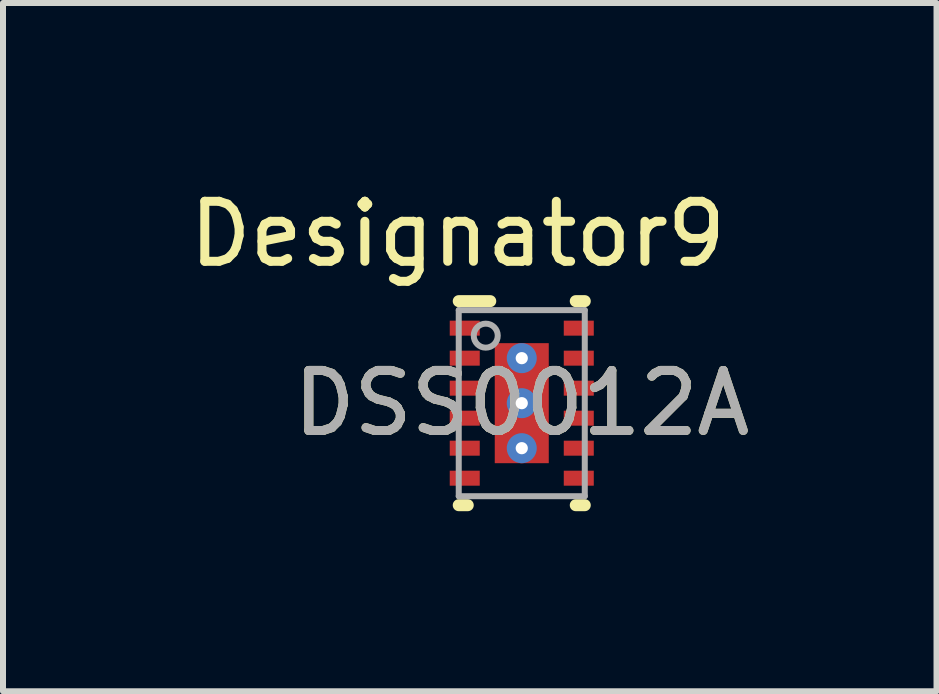
<source format=kicad_pcb>
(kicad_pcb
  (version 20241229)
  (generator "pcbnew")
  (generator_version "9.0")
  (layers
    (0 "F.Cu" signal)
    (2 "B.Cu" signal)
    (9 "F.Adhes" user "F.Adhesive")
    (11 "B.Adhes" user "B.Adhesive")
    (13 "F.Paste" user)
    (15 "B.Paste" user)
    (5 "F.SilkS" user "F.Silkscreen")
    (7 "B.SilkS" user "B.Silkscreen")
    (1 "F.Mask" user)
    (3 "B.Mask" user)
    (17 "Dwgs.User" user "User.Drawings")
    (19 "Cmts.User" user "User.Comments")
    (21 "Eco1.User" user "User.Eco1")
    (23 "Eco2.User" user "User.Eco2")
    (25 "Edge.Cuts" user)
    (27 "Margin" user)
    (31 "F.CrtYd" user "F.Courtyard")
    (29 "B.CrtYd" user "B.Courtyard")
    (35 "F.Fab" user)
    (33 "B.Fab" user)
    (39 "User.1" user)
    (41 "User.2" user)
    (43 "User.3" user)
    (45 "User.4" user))
  (footprint "DSS0012A"
    (layer "F.Cu")
    (at 5.644 3.668)
    (property "Reference" "DSS0012A" (at 0 0 0) (unlocked yes) (layer "F.SilkS") (effects (font (size 1 1) (thickness 0.15))))
    (attr smd)
    (fp_line (start -1.05 1.7) (end -0.9 1.7) (stroke (width 0.2) (type solid)) (layer "F.SilkS"))
    (fp_line (start -1.05 -1.7) (end -0.525 -1.7) (stroke (width 0.2) (type solid)) (layer "F.SilkS"))
    (fp_line (start 0.9 -1.7) (end 1.05 -1.7) (stroke (width 0.2) (type solid)) (layer "F.SilkS"))
    (fp_line (start 0.9 1.7) (end 1.05 1.7) (stroke (width 0.2) (type solid)) (layer "F.SilkS"))
    (fp_poly (pts (xy -0.45 -0.149) (xy -0.45 -0.95) (xy -0.449 -0.96) (xy -0.446 -0.969) (xy -0.442 -0.978) (xy -0.436 -0.986) (xy -0.428 -0.992) (xy -0.419 -0.996) (xy -0.41 -0.999) (xy -0.401 -1) (xy 0.401 -1) (xy 0.41 -0.999) (xy 0.419 -0.996) (xy 0.428 -0.992) (xy 0.436 -0.986) (xy 0.442 -0.978) (xy 0.446 -0.969) (xy 0.449 -0.96) (xy 0.45 -0.95) (xy 0.45 -0.149) (xy 0.449 -0.14) (xy 0.446 -0.131) (xy 0.442 -0.122) (xy 0.436 -0.114) (xy 0.428 -0.108) (xy 0.419 -0.104) (xy 0.41 -0.101) (xy 0.401 -0.1) (xy -0.401 -0.1) (xy -0.41 -0.101) (xy -0.419 -0.104) (xy -0.428 -0.108) (xy -0.436 -0.114) (xy -0.442 -0.122) (xy -0.446 -0.131) (xy -0.449 -0.14)) (stroke (width 0) (type solid)) (fill yes) (layer "F.Paste"))
    (fp_poly (pts (xy -0.45 0.95) (xy -0.45 0.149) (xy -0.449 0.14) (xy -0.446 0.131) (xy -0.442 0.122) (xy -0.436 0.114) (xy -0.428 0.108) (xy -0.419 0.104) (xy -0.41 0.101) (xy -0.401 0.1) (xy 0.401 0.1) (xy 0.41 0.101) (xy 0.419 0.104) (xy 0.428 0.108) (xy 0.436 0.114) (xy 0.442 0.122) (xy 0.446 0.131) (xy 0.449 0.14) (xy 0.45 0.149) (xy 0.45 0.95) (xy 0.449 0.96) (xy 0.446 0.969) (xy 0.442 0.978) (xy 0.436 0.986) (xy 0.428 0.992) (xy 0.419 0.996) (xy 0.41 0.999) (xy 0.401 1) (xy -0.401 1) (xy -0.41 0.999) (xy -0.419 0.996) (xy -0.428 0.992) (xy -0.436 0.986) (xy -0.442 0.978) (xy -0.446 0.969) (xy -0.449 0.96)) (stroke (width 0) (type solid)) (fill yes) (layer "F.Paste"))
    (fp_line (start -1.05 -1.55) (end 1.05 -1.55) (stroke (width 0.1) (type solid)) (layer "F.Fab"))
    (fp_line (start -1.05 1.55) (end -1.05 -1.55) (stroke (width 0.1) (type solid)) (layer "F.Fab"))
    (fp_line (start -1.05 1.55) (end 1.05 1.55) (stroke (width 0.1) (type solid)) (layer "F.Fab"))
    (fp_line (start 1.05 1.55) (end 1.05 -1.55) (stroke (width 0.1) (type solid)) (layer "F.Fab"))
    (fp_circle (center -0.6 -1.125) (end -0.4 -1.125) (stroke (width 0.1) (type solid)) (fill no) (layer "F.Fab"))
    (fp_text user "Designator9" (at -1.067 -2.819 0) (unlocked yes) (layer "F.SilkS") (effects (font (size 1 1) (thickness 0.15))))
    (fp_text user "${REFERENCE}" (at 0 0 0) (unlocked yes) (layer "F.Fab") (effects (font (size 1 1) (thickness 0.15))))
    (pad "1" smd rect (at -0.95 -1.25 90) (size 0.25 0.5) (layers "F.Cu" "F.Mask" "F.Paste"))
    (pad "2" smd rect (at -0.95 -0.75 90) (size 0.25 0.5) (layers "F.Cu" "F.Mask" "F.Paste"))
    (pad "3" smd rect (at -0.95 -0.25 90) (size 0.25 0.5) (layers "F.Cu" "F.Mask" "F.Paste"))
    (pad "4" smd rect (at -0.95 0.25 90) (size 0.25 0.5) (layers "F.Cu" "F.Mask" "F.Paste"))
    (pad "5" smd rect (at -0.95 0.75 90) (size 0.25 0.5) (layers "F.Cu" "F.Mask" "F.Paste"))
    (pad "6" smd rect (at -0.95 1.25 90) (size 0.25 0.5) (layers "F.Cu" "F.Mask" "F.Paste"))
    (pad "7" smd rect (at 0.95 1.25 90) (size 0.25 0.5) (layers "F.Cu" "F.Mask" "F.Paste"))
    (pad "8" smd rect (at 0.95 0.75 90) (size 0.25 0.5) (layers "F.Cu" "F.Mask" "F.Paste"))
    (pad "9" smd rect (at 0.95 0.25 90) (size 0.25 0.5) (layers "F.Cu" "F.Mask" "F.Paste"))
    (pad "10" smd rect (at 0.95 -0.25 90) (size 0.25 0.5) (layers "F.Cu" "F.Mask" "F.Paste"))
    (pad "11" smd rect (at 0.95 -0.75 90) (size 0.25 0.5) (layers "F.Cu" "F.Mask" "F.Paste"))
    (pad "12" smd rect (at 0.95 -1.25 90) (size 0.25 0.5) (layers "F.Cu" "F.Mask" "F.Paste"))
    (pad "13" smd rect (at 0.000003 0) (size 0.9 2) (layers "F.Cu" "F.Mask" "F.Paste"))
    (pad "V" thru_hole circle (at 0 -0.75) (size 0.5 0.5) (drill 0.203) (layers "*.Cu" "*.Mask"))
    (pad "V" thru_hole circle (at 0 0) (size 0.5 0.5) (drill 0.203) (layers "*.Cu" "*.Mask"))
    (pad "V" thru_hole circle (at 0 0.75) (size 0.5 0.5) (drill 0.203) (layers "*.Cu" "*.Mask")))
  (gr_rect
    (start -3 -3)
    (end 12.555 8.468)
    (stroke (width 0.1) (type default))
    (fill no)
    (layer "Edge.Cuts")))
</source>
